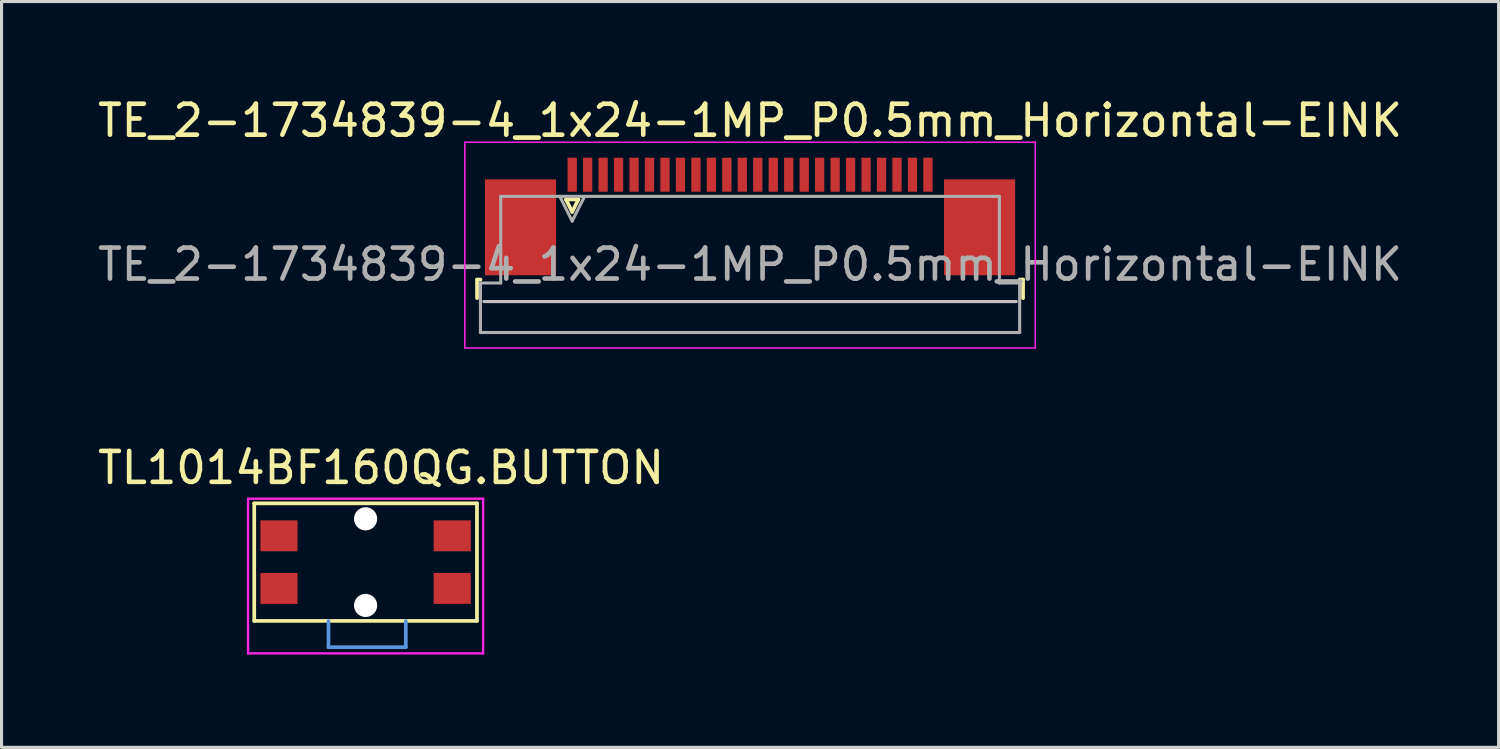
<source format=kicad_pcb>
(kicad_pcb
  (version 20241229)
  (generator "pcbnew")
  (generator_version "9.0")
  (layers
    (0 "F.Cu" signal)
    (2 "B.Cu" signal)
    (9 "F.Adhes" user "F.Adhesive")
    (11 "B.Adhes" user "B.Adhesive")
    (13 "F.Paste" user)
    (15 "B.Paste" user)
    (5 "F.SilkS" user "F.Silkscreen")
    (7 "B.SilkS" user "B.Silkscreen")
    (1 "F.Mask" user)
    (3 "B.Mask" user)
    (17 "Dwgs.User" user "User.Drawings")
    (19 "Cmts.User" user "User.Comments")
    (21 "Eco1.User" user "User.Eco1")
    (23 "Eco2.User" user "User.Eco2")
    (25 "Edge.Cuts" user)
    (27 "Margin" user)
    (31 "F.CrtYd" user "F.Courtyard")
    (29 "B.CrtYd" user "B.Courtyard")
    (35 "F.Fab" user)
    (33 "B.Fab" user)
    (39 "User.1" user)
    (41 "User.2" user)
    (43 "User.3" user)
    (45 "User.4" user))
  (footprint "TL1014BF160QG.BUTTON"
    (layer "F.Cu")
    (at 11.568 14.271)
    (property "Reference" "TL1014BF160QG.BUTTON" (at -2.3 -2.2 0) (layer "F.SilkS") (effects (font (size 1 1) (thickness 0.15))))
    (attr through_hole)
    (fp_line (start -6.4 -1.05) (end 0.8 -1.05) (stroke (width 0.12) (type solid)) (layer "F.SilkS"))
    (fp_line (start -6.4 2.75) (end -6.4 -1.05) (stroke (width 0.12) (type solid)) (layer "F.SilkS"))
    (fp_line (start -6.4 2.75) (end 0.8 2.75) (stroke (width 0.12) (type solid)) (layer "F.SilkS"))
    (fp_line (start 0.8 -1.05) (end 0.8 2.75) (stroke (width 0.12) (type solid)) (layer "F.SilkS"))
    (fp_line (start -4 2.75) (end -4 3.6) (stroke (width 0.12) (type solid)) (layer "Cmts.User"))
    (fp_line (start -4 3.6) (end -1.5 3.6) (stroke (width 0.12) (type solid)) (layer "Cmts.User"))
    (fp_line (start -1.5 3.6) (end -1.5 2.75) (stroke (width 0.12) (type solid)) (layer "Cmts.User"))
    (fp_line (start -6.6 -1.2) (end 1 -1.2) (stroke (width 0.075) (type solid)) (layer "F.CrtYd"))
    (fp_line (start -6.6 3.8) (end -6.6 -1.2) (stroke (width 0.075) (type solid)) (layer "F.CrtYd"))
    (fp_line (start 1 -1.2) (end 1 3.8) (stroke (width 0.075) (type solid)) (layer "F.CrtYd"))
    (fp_line (start 1 3.8) (end -6.6 3.8) (stroke (width 0.075) (type solid)) (layer "F.CrtYd"))
    (pad "" np_thru_hole circle (at -2.8 -0.55) (size 0.75 0.75) (drill 0.75) (layers "*.Cu" "*.Mask"))
    (pad "" np_thru_hole circle (at -2.8 2.25) (size 0.75 0.75) (drill 0.75) (layers "*.Cu" "*.Mask"))
    (pad "1" smd rect (at 0 0) (size 1.2 1) (layers "F.Cu" "F.Mask" "F.Paste"))
    (pad "2" smd rect (at 0 1.7) (size 1.2 1) (layers "F.Cu" "F.Mask" "F.Paste"))
    (pad "3" smd rect (at -5.6 0) (size 1.2 1) (layers "F.Cu" "F.Mask" "F.Paste"))
    (pad "4" smd rect (at -5.6 1.7) (size 1.2 1) (layers "F.Cu" "F.Mask" "F.Paste")))
  (footprint "TE_2-1734839-4_1x24-1MP_P0.5mm_Horizontal-EINK"
    (layer "F.Cu")
    (at 21.196 3.948)
    (property "Reference" "TE_2-1734839-4_1x24-1MP_P0.5mm_Horizontal-EINK" (at 0 -3.1 0) (layer "F.SilkS") (effects (font (size 1 1) (thickness 0.15))))
    (attr smd)
    (fp_line (start -8.825 2.04) (end -8.825 2.64) (stroke (width 0.12) (type solid)) (layer "F.SilkS"))
    (fp_line (start -8.715 2.04) (end -8.825 2.04) (stroke (width 0.12) (type solid)) (layer "F.SilkS"))
    (fp_line (start -5.95 -0.55) (end -5.75 -0.15) (stroke (width 0.12) (type solid)) (layer "F.SilkS"))
    (fp_line (start -5.75 -0.15) (end -5.55 -0.55) (stroke (width 0.12) (type solid)) (layer "F.SilkS"))
    (fp_line (start -5.55 -0.55) (end -5.95 -0.55) (stroke (width 0.12) (type solid)) (layer "F.SilkS"))
    (fp_line (start 8.715 2.04) (end 8.825 2.04) (stroke (width 0.12) (type solid)) (layer "F.SilkS"))
    (fp_line (start 8.825 2.04) (end 8.825 2.64) (stroke (width 0.12) (type solid)) (layer "F.SilkS"))
    (fp_line (start 8.605 2.75) (end -8.605 2.75) (stroke (width 0.1) (type solid)) (layer "Dwgs.User"))
    (fp_line (start -9.22 -2.4) (end -9.22 4.25) (stroke (width 0.05) (type solid)) (layer "F.CrtYd"))
    (fp_line (start -9.22 4.25) (end 9.22 4.25) (stroke (width 0.05) (type solid)) (layer "F.CrtYd"))
    (fp_line (start 9.22 -2.4) (end -9.22 -2.4) (stroke (width 0.05) (type solid)) (layer "F.CrtYd"))
    (fp_line (start 9.22 4.25) (end 9.22 -2.4) (stroke (width 0.05) (type solid)) (layer "F.CrtYd"))
    (fp_line (start -8.715 2.15) (end -8.06 2.15) (stroke (width 0.1) (type solid)) (layer "F.Fab"))
    (fp_line (start -8.715 3.75) (end -8.715 2.15) (stroke (width 0.1) (type solid)) (layer "F.Fab"))
    (fp_line (start -8.06 -0.65) (end 8.06 -0.65) (stroke (width 0.1) (type solid)) (layer "F.Fab"))
    (fp_line (start -8.06 2.15) (end -8.06 -0.65) (stroke (width 0.1) (type solid)) (layer "F.Fab"))
    (fp_line (start -6.15 -0.65) (end -5.75 0.15) (stroke (width 0.1) (type solid)) (layer "F.Fab"))
    (fp_line (start -5.75 0.15) (end -5.35 -0.65) (stroke (width 0.1) (type solid)) (layer "F.Fab"))
    (fp_line (start 8.06 -0.65) (end 8.06 2.15) (stroke (width 0.1) (type solid)) (layer "F.Fab"))
    (fp_line (start 8.06 2.15) (end 8.715 2.15) (stroke (width 0.1) (type solid)) (layer "F.Fab"))
    (fp_line (start 8.715 2.15) (end 8.715 3.75) (stroke (width 0.1) (type solid)) (layer "F.Fab"))
    (fp_line (start 8.715 3.75) (end -8.715 3.75) (stroke (width 0.1) (type solid)) (layer "F.Fab"))
    (fp_text user "${REFERENCE}" (at 0 1.55 0) (layer "F.Fab") (effects (font (size 1 1) (thickness 0.15))))
    (pad "1" smd rect (at 5.75 -1.35) (size 0.3 1.1) (layers "F.Cu" "F.Mask" "F.Paste"))
    (pad "2" smd rect (at 5.25 -1.35) (size 0.3 1.1) (layers "F.Cu" "F.Mask" "F.Paste"))
    (pad "3" smd rect (at 4.75 -1.35) (size 0.3 1.1) (layers "F.Cu" "F.Mask" "F.Paste"))
    (pad "4" smd rect (at 4.25 -1.35) (size 0.3 1.1) (layers "F.Cu" "F.Mask" "F.Paste"))
    (pad "5" smd rect (at 3.75 -1.35) (size 0.3 1.1) (layers "F.Cu" "F.Mask" "F.Paste"))
    (pad "6" smd rect (at 3.25 -1.35) (size 0.3 1.1) (layers "F.Cu" "F.Mask" "F.Paste"))
    (pad "7" smd rect (at 2.75 -1.35) (size 0.3 1.1) (layers "F.Cu" "F.Mask" "F.Paste"))
    (pad "8" smd rect (at 2.25 -1.35) (size 0.3 1.1) (layers "F.Cu" "F.Mask" "F.Paste"))
    (pad "9" smd rect (at 1.75 -1.35) (size 0.3 1.1) (layers "F.Cu" "F.Mask" "F.Paste"))
    (pad "10" smd rect (at 1.25 -1.35) (size 0.3 1.1) (layers "F.Cu" "F.Mask" "F.Paste"))
    (pad "11" smd rect (at 0.75 -1.35) (size 0.3 1.1) (layers "F.Cu" "F.Mask" "F.Paste"))
    (pad "12" smd rect (at 0.25 -1.35) (size 0.3 1.1) (layers "F.Cu" "F.Mask" "F.Paste"))
    (pad "13" smd rect (at -0.25 -1.35) (size 0.3 1.1) (layers "F.Cu" "F.Mask" "F.Paste"))
    (pad "14" smd rect (at -0.75 -1.35) (size 0.3 1.1) (layers "F.Cu" "F.Mask" "F.Paste"))
    (pad "15" smd rect (at -1.25 -1.35) (size 0.3 1.1) (layers "F.Cu" "F.Mask" "F.Paste"))
    (pad "16" smd rect (at -1.75 -1.35) (size 0.3 1.1) (layers "F.Cu" "F.Mask" "F.Paste"))
    (pad "17" smd rect (at -2.25 -1.35) (size 0.3 1.1) (layers "F.Cu" "F.Mask" "F.Paste"))
    (pad "18" smd rect (at -2.75 -1.35) (size 0.3 1.1) (layers "F.Cu" "F.Mask" "F.Paste"))
    (pad "19" smd rect (at -3.25 -1.35) (size 0.3 1.1) (layers "F.Cu" "F.Mask" "F.Paste"))
    (pad "20" smd rect (at -3.75 -1.35) (size 0.3 1.1) (layers "F.Cu" "F.Mask" "F.Paste"))
    (pad "21" smd rect (at -4.25 -1.35) (size 0.3 1.1) (layers "F.Cu" "F.Mask" "F.Paste"))
    (pad "22" smd rect (at -4.75 -1.35) (size 0.3 1.1) (layers "F.Cu" "F.Mask" "F.Paste"))
    (pad "23" smd rect (at -5.25 -1.35) (size 0.3 1.1) (layers "F.Cu" "F.Mask" "F.Paste"))
    (pad "24" smd rect (at -5.75 -1.35) (size 0.3 1.1) (layers "F.Cu" "F.Mask" "F.Paste"))
    (pad "MP" smd rect (at -7.42 0.35) (size 2.3 3.1) (layers "F.Cu" "F.Mask" "F.Paste"))
    (pad "MP" smd rect (at 7.42 0.35) (size 2.3 3.1) (layers "F.Cu" "F.Mask" "F.Paste")))
  (gr_rect
    (start -3 -3)
    (end 45.393 21.109)
    (stroke (width 0.1) (type default))
    (fill no)
    (layer "Edge.Cuts")))
</source>
